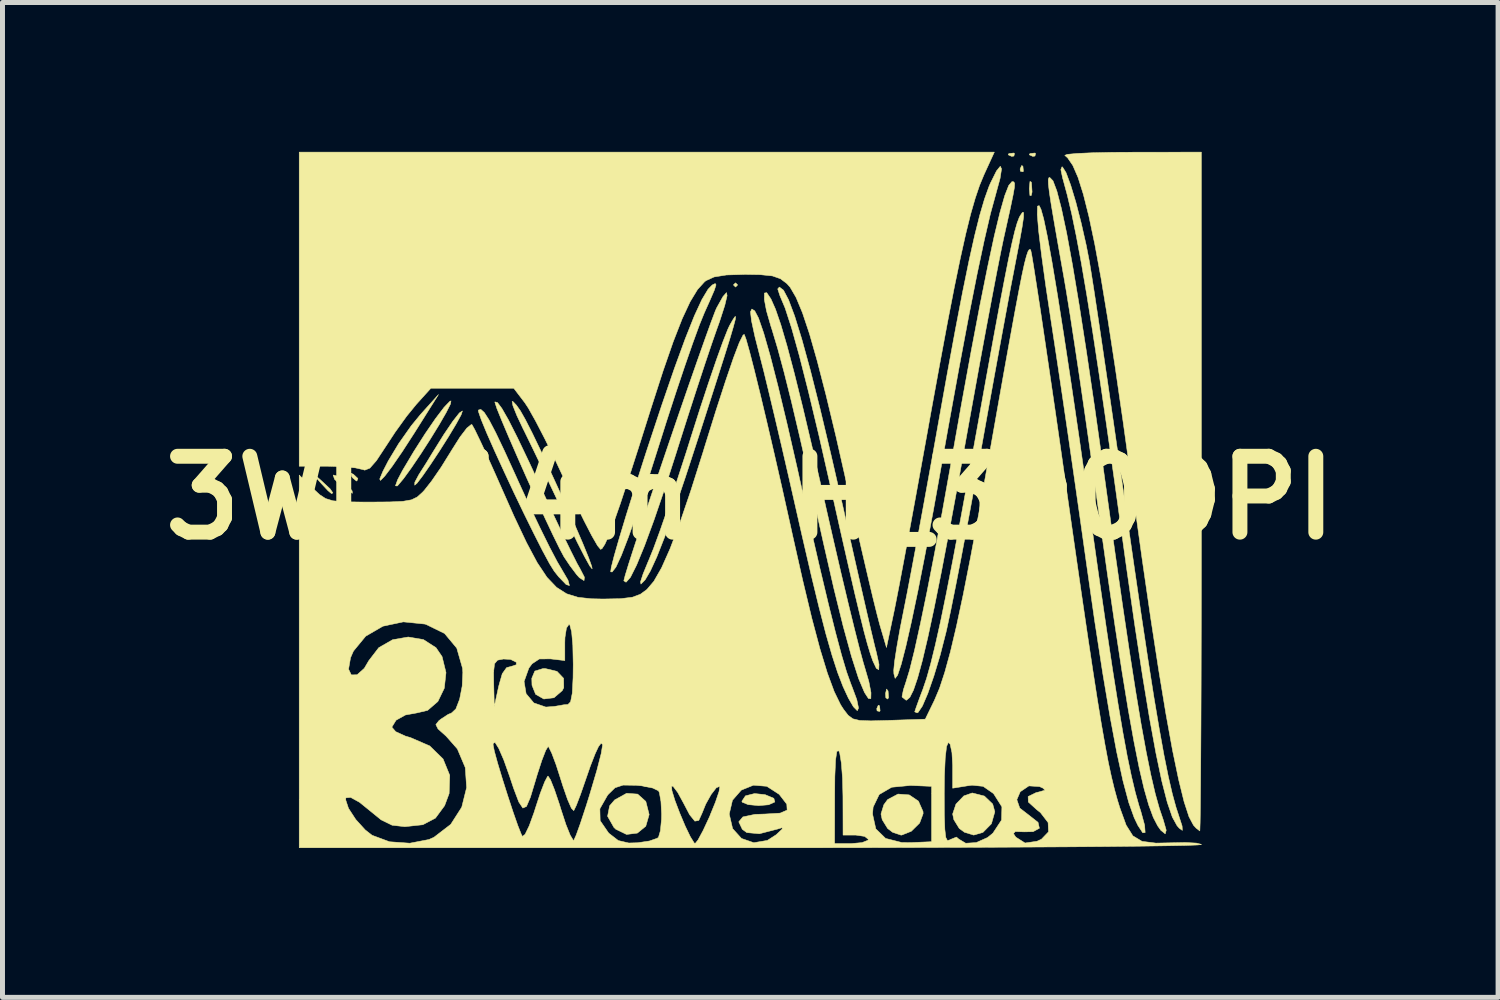
<source format=kicad_pcb>
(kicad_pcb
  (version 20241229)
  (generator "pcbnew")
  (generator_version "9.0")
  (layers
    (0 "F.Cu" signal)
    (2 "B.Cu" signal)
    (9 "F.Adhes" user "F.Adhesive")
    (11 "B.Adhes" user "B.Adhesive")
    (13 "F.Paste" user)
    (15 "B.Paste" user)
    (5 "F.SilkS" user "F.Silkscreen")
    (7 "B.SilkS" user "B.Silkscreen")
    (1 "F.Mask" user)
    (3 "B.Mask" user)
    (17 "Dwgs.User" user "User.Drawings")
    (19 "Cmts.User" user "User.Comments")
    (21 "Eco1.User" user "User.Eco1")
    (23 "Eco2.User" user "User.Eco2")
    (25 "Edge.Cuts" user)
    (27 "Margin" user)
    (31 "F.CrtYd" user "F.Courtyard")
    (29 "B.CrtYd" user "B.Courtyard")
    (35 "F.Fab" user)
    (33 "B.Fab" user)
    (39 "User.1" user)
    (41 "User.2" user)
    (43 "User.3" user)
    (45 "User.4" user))
  (footprint "3WL_14mmH_300DPI"
    (layer "F.Cu")
    (at 12.018 6.948)
    (property "Reference" "3WL_14mmH_300DPI" (at 0 0 0) (layer "F.SilkS") (effects (font (size 1.524 1.524) (thickness 0.3))))
    (attr through_hole)
    (fp_poly (pts (xy -0.254 -4.276) (xy -0.296 -4.233) (xy -0.339 -4.276) (xy -0.296 -4.318) (xy -0.254 -4.276)) (stroke (width 0.01) (type solid)) (fill yes) (layer "F.SilkS"))
    (fp_poly (pts (xy 2.596 4.177) (xy 2.607 4.277) (xy 2.596 4.29) (xy 2.546 4.278) (xy 2.54 4.233) (xy 2.571 4.164) (xy 2.596 4.177)) (stroke (width 0.01) (type solid)) (fill yes) (layer "F.SilkS"))
    (fp_poly (pts (xy 2.767 3.879) (xy 2.777 4.011) (xy 2.76 4.041) (xy 2.722 4.016) (xy 2.716 3.93) (xy 2.737 3.84) (xy 2.767 3.879)) (stroke (width 0.01) (type solid)) (fill yes) (layer "F.SilkS"))
    (fp_poly (pts (xy 5.306 -6.914) (xy 5.294 -6.864) (xy 5.249 -6.858) (xy 5.18 -6.889) (xy 5.193 -6.914) (xy 5.293 -6.925) (xy 5.306 -6.914)) (stroke (width 0.01) (type solid)) (fill yes) (layer "F.SilkS"))
    (fp_poly (pts (xy 5.475 -6.66) (xy 5.485 -6.56) (xy 5.475 -6.548) (xy 5.425 -6.559) (xy 5.419 -6.604) (xy 5.45 -6.674) (xy 5.475 -6.66)) (stroke (width 0.01) (type solid)) (fill yes) (layer "F.SilkS"))
    (fp_poly (pts (xy 5.729 -6.914) (xy 5.717 -6.864) (xy 5.673 -6.858) (xy 5.603 -6.889) (xy 5.616 -6.914) (xy 5.717 -6.925) (xy 5.729 -6.914)) (stroke (width 0.01) (type solid)) (fill yes) (layer "F.SilkS"))
    (fp_poly (pts (xy -7.972 -0.474) (xy -7.881 -0.389) (xy -7.9 -0.339) (xy -7.911 -0.339) (xy -7.983 -0.399) (xy -8.009 -0.436) (xy -8.019 -0.494) (xy -7.972 -0.474)) (stroke (width 0.01) (type solid)) (fill yes) (layer "F.SilkS"))
    (fp_poly (pts (xy -8.615 -0.345) (xy -8.438 -0.18) (xy -8.383 -0.099) (xy -8.41 -0.085) (xy -8.478 -0.141) (xy -8.61 -0.282) (xy -8.642 -0.318) (xy -8.848 -0.55) (xy -8.615 -0.345)) (stroke (width 0.01) (type solid)) (fill yes) (layer "F.SilkS"))
    (fp_poly (pts (xy 5.642 -6.342) (xy 5.647 -6.327) (xy 5.659 -6.143) (xy 5.644 -6.073) (xy 5.616 -6.07) (xy 5.604 -6.203) (xy 5.605 -6.223) (xy 5.617 -6.354) (xy 5.642 -6.342)) (stroke (width 0.01) (type solid)) (fill yes) (layer "F.SilkS"))
    (fp_poly (pts (xy -8.292 -0.437) (xy -8.151 -0.32) (xy -8.128 -0.296) (xy -7.996 -0.139) (xy -7.991 -0.091) (xy -8.104 -0.154) (xy -8.224 -0.247) (xy -8.35 -0.374) (xy -8.377 -0.457) (xy -8.375 -0.458) (xy -8.292 -0.437)) (stroke (width 0.01) (type solid)) (fill yes) (layer "F.SilkS"))
    (fp_poly (pts (xy 0.297 5.961) (xy 0.473 6.034) (xy 0.493 6.108) (xy 0.369 6.164) (xy 0.169 6.181) (xy -0.043 6.161) (xy -0.161 6.113) (xy -0.169 6.093) (xy -0.097 5.985) (xy 0.086 5.939) (xy 0.297 5.961)) (stroke (width 0.01) (type solid)) (fill yes) (layer "F.SilkS"))
    (fp_poly (pts (xy -6.741 -1.312) (xy -6.99 -0.927) (xy -7.192 -0.633) (xy -7.341 -0.437) (xy -7.427 -0.349) (xy -7.442 -0.378) (xy -7.378 -0.532) (xy -7.27 -0.742) (xy -7.06 -1.091) (xy -6.809 -1.447) (xy -6.623 -1.674) (xy -6.262 -2.074) (xy -6.741 -1.312)) (stroke (width 0.01) (type solid)) (fill yes) (layer "F.SilkS"))
    (fp_poly (pts (xy -3.882 3.485) (xy -3.749 3.625) (xy -3.746 3.812) (xy -3.777 3.873) (xy -3.943 4.015) (xy -4.146 4.04) (xy -4.311 3.946) (xy -4.384 3.764) (xy -4.388 3.624) (xy -4.327 3.479) (xy -4.167 3.43) (xy -4.116 3.429) (xy -3.882 3.485)) (stroke (width 0.01) (type solid)) (fill yes) (layer "F.SilkS"))
    (fp_poly (pts (xy -2.262 5.95) (xy -2.098 6.097) (xy -2.032 6.357) (xy -2.032 6.364) (xy -2.099 6.595) (xy -2.268 6.733) (xy -2.485 6.76) (xy -2.7 6.656) (xy -2.739 6.619) (xy -2.866 6.395) (xy -2.825 6.185) (xy -2.724 6.067) (xy -2.484 5.934) (xy -2.262 5.95)) (stroke (width 0.01) (type solid)) (fill yes) (layer "F.SilkS"))
    (fp_poly (pts (xy 4.701 5.989) (xy 4.868 6.149) (xy 4.911 6.305) (xy 4.843 6.545) (xy 4.672 6.719) (xy 4.487 6.773) (xy 4.301 6.716) (xy 4.197 6.64) (xy 4.088 6.463) (xy 4.064 6.35) (xy 4.131 6.15) (xy 4.289 5.986) (xy 4.457 5.927) (xy 4.701 5.989)) (stroke (width 0.01) (type solid)) (fill yes) (layer "F.SilkS"))
    (fp_poly (pts (xy 3.192 5.966) (xy 3.377 6.091) (xy 3.469 6.3) (xy 3.471 6.343) (xy 3.401 6.531) (xy 3.234 6.696) (xy 3.04 6.773) (xy 3.026 6.773) (xy 2.859 6.717) (xy 2.758 6.64) (xy 2.649 6.463) (xy 2.625 6.35) (xy 2.682 6.164) (xy 2.758 6.06) (xy 2.967 5.949) (xy 3.192 5.966)) (stroke (width 0.01) (type solid)) (fill yes) (layer "F.SilkS"))
    (fp_poly (pts (xy -5.808 -1.665) (xy -5.909 -1.481) (xy -6.059 -1.231) (xy -6.236 -0.951) (xy -6.416 -0.678) (xy -6.576 -0.447) (xy -6.693 -0.294) (xy -6.739 -0.254) (xy -6.737 -0.314) (xy -6.659 -0.46) (xy -6.656 -0.466) (xy -6.506 -0.702) (xy -6.379 -0.91) (xy -6.157 -1.267) (xy -5.973 -1.539) (xy -5.842 -1.705) (xy -5.781 -1.745) (xy -5.808 -1.665)) (stroke (width 0.01) (type solid)) (fill yes) (layer "F.SilkS"))
    (fp_poly (pts (xy -6.022 -1.883) (xy -6.108 -1.712) (xy -6.25 -1.466) (xy -6.427 -1.178) (xy -6.619 -0.88) (xy -6.805 -0.605) (xy -6.965 -0.384) (xy -7.078 -0.25) (xy -7.091 -0.238) (xy -7.126 -0.242) (xy -7.082 -0.364) (xy -6.984 -0.55) (xy -6.758 -0.93) (xy -6.531 -1.286) (xy -6.322 -1.591) (xy -6.15 -1.817) (xy -6.036 -1.936) (xy -6.011 -1.947) (xy -6.022 -1.883)) (stroke (width 0.01) (type solid)) (fill yes) (layer "F.SilkS"))
    (fp_poly (pts (xy -4.764 -1.931) (xy -4.697 -1.861) (xy -4.616 -1.746) (xy -4.515 -1.567) (xy -4.382 -1.307) (xy -4.208 -0.946) (xy -3.984 -0.466) (xy -3.714 0.122) (xy -3.523 0.546) (xy -3.364 0.915) (xy -3.247 1.202) (xy -3.183 1.38) (xy -3.176 1.426) (xy -3.224 1.368) (xy -3.327 1.182) (xy -3.474 0.894) (xy -3.649 0.53) (xy -3.723 0.373) (xy -3.941 -0.094) (xy -4.168 -0.573) (xy -4.379 -1.012) (xy -4.546 -1.355) (xy -4.557 -1.375) (xy -4.688 -1.653) (xy -4.767 -1.85) (xy -4.783 -1.937) (xy -4.764 -1.931)) (stroke (width 0.01) (type solid)) (fill yes) (layer "F.SilkS"))
    (fp_poly (pts (xy -5.343 -1.715) (xy -5.247 -1.566) (xy -5.114 -1.312) (xy -4.935 -0.937) (xy -4.701 -0.424) (xy -4.654 -0.32) (xy -4.436 0.156) (xy -4.222 0.604) (xy -4.031 0.991) (xy -3.878 1.282) (xy -3.798 1.418) (xy -3.661 1.653) (xy -3.632 1.762) (xy -3.698 1.741) (xy -3.848 1.586) (xy -3.937 1.474) (xy -4.031 1.323) (xy -4.172 1.062) (xy -4.347 0.717) (xy -4.545 0.316) (xy -4.751 -0.113) (xy -4.952 -0.544) (xy -5.137 -0.948) (xy -5.292 -1.299) (xy -5.403 -1.569) (xy -5.459 -1.731) (xy -5.461 -1.763) (xy -5.412 -1.776) (xy -5.343 -1.715)) (stroke (width 0.01) (type solid)) (fill yes) (layer "F.SilkS"))
    (fp_poly (pts (xy -5.077 -1.913) (xy -4.989 -1.796) (xy -4.857 -1.565) (xy -4.677 -1.209) (xy -4.442 -0.717) (xy -4.182 -0.156) (xy -3.969 0.304) (xy -3.772 0.722) (xy -3.603 1.07) (xy -3.479 1.317) (xy -3.418 1.425) (xy -3.331 1.594) (xy -3.339 1.662) (xy -3.43 1.605) (xy -3.484 1.546) (xy -3.624 1.359) (xy -3.742 1.183) (xy -3.828 1.022) (xy -3.96 0.753) (xy -4.125 0.404) (xy -4.309 0.002) (xy -4.501 -0.423) (xy -4.687 -0.844) (xy -4.856 -1.232) (xy -4.994 -1.559) (xy -5.09 -1.797) (xy -5.129 -1.918) (xy -5.129 -1.927) (xy -5.077 -1.913)) (stroke (width 0.01) (type solid)) (fill yes) (layer "F.SilkS"))
    (fp_poly (pts (xy -0.688 -4.277) (xy -0.723 -4.168) (xy -0.817 -3.951) (xy -0.923 -3.715) (xy -1.02 -3.477) (xy -1.155 -3.108) (xy -1.318 -2.639) (xy -1.498 -2.102) (xy -1.685 -1.528) (xy -1.779 -1.23) (xy -2.042 -0.403) (xy -2.264 0.267) (xy -2.446 0.785) (xy -2.59 1.157) (xy -2.698 1.39) (xy -2.774 1.488) (xy -2.804 1.486) (xy -2.792 1.395) (xy -2.733 1.164) (xy -2.632 0.813) (xy -2.496 0.362) (xy -2.33 -0.168) (xy -2.142 -0.758) (xy -2.078 -0.955) (xy -1.78 -1.855) (xy -1.524 -2.599) (xy -1.306 -3.196) (xy -1.123 -3.655) (xy -0.971 -3.983) (xy -0.847 -4.19) (xy -0.764 -4.275) (xy -0.704 -4.304) (xy -0.688 -4.277)) (stroke (width 0.01) (type solid)) (fill yes) (layer "F.SilkS"))
    (fp_poly (pts (xy -0.302 -3.578) (xy -0.341 -3.431) (xy -0.413 -3.187) (xy -0.524 -2.832) (xy -0.677 -2.352) (xy -0.875 -1.734) (xy -1.038 -1.228) (xy -1.305 -0.41) (xy -1.531 0.257) (xy -1.719 0.784) (xy -1.876 1.183) (xy -2.006 1.467) (xy -2.112 1.647) (xy -2.196 1.732) (xy -2.205 1.688) (xy -2.152 1.526) (xy -2.05 1.278) (xy -2.038 1.251) (xy -1.943 1.016) (xy -1.809 0.65) (xy -1.648 0.184) (xy -1.47 -0.351) (xy -1.284 -0.923) (xy -1.191 -1.219) (xy -1.012 -1.782) (xy -0.839 -2.307) (xy -0.682 -2.767) (xy -0.55 -3.134) (xy -0.452 -3.383) (xy -0.415 -3.462) (xy -0.354 -3.569) (xy -0.313 -3.633) (xy -0.294 -3.641) (xy -0.302 -3.578)) (stroke (width 0.01) (type solid)) (fill yes) (layer "F.SilkS"))
    (fp_poly (pts (xy -0.466 -4.06) (xy -0.513 -3.863) (xy -0.618 -3.538) (xy -0.671 -3.391) (xy -0.774 -3.096) (xy -0.915 -2.677) (xy -1.082 -2.169) (xy -1.263 -1.609) (xy -1.446 -1.034) (xy -1.485 -0.909) (xy -1.72 -0.178) (xy -1.935 0.45) (xy -2.124 0.963) (xy -2.283 1.349) (xy -2.407 1.596) (xy -2.492 1.692) (xy -2.499 1.693) (xy -2.54 1.665) (xy -2.513 1.559) (xy -2.439 1.316) (xy -2.324 0.96) (xy -2.177 0.514) (xy -2.006 0.000073) (xy -1.818 -0.558) (xy -1.622 -1.136) (xy -1.425 -1.712) (xy -1.235 -2.263) (xy -1.06 -2.764) (xy -0.908 -3.194) (xy -0.787 -3.529) (xy -0.705 -3.746) (xy -0.678 -3.81) (xy -0.549 -4.041) (xy -0.478 -4.122) (xy -0.466 -4.06)) (stroke (width 0.01) (type solid)) (fill yes) (layer "F.SilkS"))
    (fp_poly (pts (xy 0.667 -4.17) (xy 0.769 -3.976) (xy 0.892 -3.647) (xy 1.037 -3.178) (xy 1.206 -2.563) (xy 1.399 -1.798) (xy 1.618 -0.878) (xy 1.866 0.203) (xy 1.943 0.55) (xy 2.081 1.164) (xy 2.211 1.737) (xy 2.327 2.245) (xy 2.424 2.662) (xy 2.496 2.964) (xy 2.537 3.125) (xy 2.537 3.127) (xy 2.585 3.345) (xy 2.58 3.451) (xy 2.532 3.425) (xy 2.46 3.273) (xy 2.41 3.128) (xy 2.352 2.936) (xy 2.283 2.68) (xy 2.2 2.344) (xy 2.096 1.91) (xy 1.97 1.363) (xy 1.816 0.686) (xy 1.631 -0.14) (xy 1.615 -0.212) (xy 1.378 -1.255) (xy 1.168 -2.133) (xy 0.986 -2.85) (xy 0.83 -3.409) (xy 0.7 -3.81) (xy 0.596 -4.058) (xy 0.551 -4.195) (xy 0.584 -4.233) (xy 0.667 -4.17)) (stroke (width 0.01) (type solid)) (fill yes) (layer "F.SilkS"))
    (fp_poly (pts (xy 0.415 -3.994) (xy 0.506 -3.789) (xy 0.613 -3.478) (xy 0.738 -3.052) (xy 0.884 -2.502) (xy 1.054 -1.817) (xy 1.25 -0.987) (xy 1.476 -0.002) (xy 1.524 0.214) (xy 1.678 0.887) (xy 1.827 1.531) (xy 1.967 2.12) (xy 2.092 2.631) (xy 2.195 3.037) (xy 2.27 3.313) (xy 2.292 3.385) (xy 2.381 3.69) (xy 2.424 3.913) (xy 2.421 4.033) (xy 2.373 4.03) (xy 2.294 3.909) (xy 2.175 3.628) (xy 2.032 3.183) (xy 1.866 2.579) (xy 1.679 1.822) (xy 1.471 0.914) (xy 1.395 0.574) (xy 1.179 -0.41) (xy 0.989 -1.243) (xy 0.824 -1.942) (xy 0.679 -2.522) (xy 0.55 -2.999) (xy 0.433 -3.389) (xy 0.413 -3.45) (xy 0.325 -3.756) (xy 0.282 -3.984) (xy 0.284 -4.113) (xy 0.33 -4.12) (xy 0.415 -3.994)) (stroke (width 0.01) (type solid)) (fill yes) (layer "F.SilkS"))
    (fp_poly (pts (xy 0.089 -3.755) (xy 0.165 -3.611) (xy 0.27 -3.306) (xy 0.402 -2.845) (xy 0.559 -2.233) (xy 0.741 -1.476) (xy 0.947 -0.578) (xy 0.981 -0.423) (xy 1.206 0.58) (xy 1.401 1.428) (xy 1.569 2.133) (xy 1.712 2.705) (xy 1.833 3.157) (xy 1.935 3.499) (xy 2.022 3.742) (xy 2.04 3.787) (xy 2.139 4.053) (xy 2.174 4.222) (xy 2.149 4.275) (xy 2.071 4.196) (xy 1.97 4.022) (xy 1.862 3.789) (xy 1.754 3.508) (xy 1.641 3.16) (xy 1.517 2.728) (xy 1.379 2.193) (xy 1.22 1.537) (xy 1.036 0.743) (xy 0.925 0.254) (xy 0.779 -0.389) (xy 0.633 -1.023) (xy 0.494 -1.616) (xy 0.37 -2.135) (xy 0.27 -2.547) (xy 0.21 -2.78) (xy 0.092 -3.243) (xy 0.024 -3.557) (xy 0.004 -3.735) (xy 0.031 -3.792) (xy 0.089 -3.755)) (stroke (width 0.01) (type solid)) (fill yes) (layer "F.SilkS"))
    (fp_poly (pts (xy 9.059 -0.127) (xy 9.059 0.931) (xy 9.058 1.938) (xy 9.056 2.883) (xy 9.054 3.752) (xy 9.051 4.533) (xy 9.047 5.213) (xy 9.043 5.78) (xy 9.039 6.221) (xy 9.034 6.523) (xy 9.029 6.674) (xy 9.027 6.689) (xy 8.954 6.633) (xy 8.9 6.574) (xy 8.811 6.406) (xy 8.712 6.103) (xy 8.603 5.661) (xy 8.481 5.076) (xy 8.348 4.343) (xy 8.202 3.459) (xy 8.042 2.418) (xy 7.868 1.218) (xy 7.678 -0.147) (xy 7.664 -0.254) (xy 7.488 -1.523) (xy 7.327 -2.632) (xy 7.18 -3.591) (xy 7.045 -4.407) (xy 6.919 -5.091) (xy 6.801 -5.651) (xy 6.689 -6.096) (xy 6.582 -6.435) (xy 6.477 -6.676) (xy 6.372 -6.829) (xy 6.316 -6.878) (xy 6.365 -6.898) (xy 6.557 -6.916) (xy 6.868 -6.93) (xy 7.272 -6.939) (xy 7.641 -6.941) (xy 9.059 -6.943) (xy 9.059 -0.127)) (stroke (width 0.01) (type solid)) (fill yes) (layer "F.SilkS"))
    (fp_poly (pts (xy 5.046 -6.606) (xy 5.016 -6.413) (xy 4.928 -6.091) (xy 4.926 -6.083) (xy 4.823 -5.707) (xy 4.699 -5.173) (xy 4.552 -4.48) (xy 4.383 -3.626) (xy 4.192 -2.609) (xy 3.977 -1.427) (xy 3.851 -0.72) (xy 3.677 0.251) (xy 3.515 1.113) (xy 3.368 1.861) (xy 3.237 2.486) (xy 3.124 2.983) (xy 3.031 3.343) (xy 2.959 3.56) (xy 2.909 3.626) (xy 2.884 3.535) (xy 2.881 3.461) (xy 2.897 3.293) (xy 2.942 3.001) (xy 3.008 2.627) (xy 3.086 2.234) (xy 3.154 1.891) (xy 3.245 1.413) (xy 3.354 0.831) (xy 3.475 0.174) (xy 3.602 -0.525) (xy 3.73 -1.236) (xy 3.766 -1.439) (xy 3.954 -2.487) (xy 4.119 -3.38) (xy 4.264 -4.133) (xy 4.392 -4.758) (xy 4.506 -5.269) (xy 4.609 -5.679) (xy 4.704 -6.002) (xy 4.793 -6.25) (xy 4.822 -6.318) (xy 4.945 -6.566) (xy 5.021 -6.659) (xy 5.046 -6.606)) (stroke (width 0.01) (type solid)) (fill yes) (layer "F.SilkS"))
    (fp_poly (pts (xy 5.838 -5.795) (xy 5.892 -5.604) (xy 5.966 -5.25) (xy 6.059 -4.737) (xy 6.17 -4.07) (xy 6.299 -3.253) (xy 6.445 -2.291) (xy 6.607 -1.19) (xy 6.784 0.047) (xy 6.861 0.593) (xy 7.017 1.696) (xy 7.155 2.646) (xy 7.277 3.456) (xy 7.386 4.141) (xy 7.483 4.715) (xy 7.571 5.193) (xy 7.654 5.589) (xy 7.732 5.916) (xy 7.809 6.191) (xy 7.842 6.292) (xy 7.919 6.574) (xy 7.93 6.722) (xy 7.882 6.727) (xy 7.785 6.58) (xy 7.71 6.424) (xy 7.601 6.12) (xy 7.484 5.681) (xy 7.358 5.102) (xy 7.222 4.378) (xy 7.075 3.503) (xy 6.916 2.471) (xy 6.745 1.276) (xy 6.731 1.175) (xy 6.621 0.395) (xy 6.502 -0.437) (xy 6.381 -1.276) (xy 6.263 -2.081) (xy 6.154 -2.808) (xy 6.062 -3.415) (xy 6.053 -3.471) (xy 5.936 -4.248) (xy 5.849 -4.879) (xy 5.791 -5.36) (xy 5.764 -5.687) (xy 5.768 -5.858) (xy 5.802 -5.868) (xy 5.838 -5.795)) (stroke (width 0.01) (type solid)) (fill yes) (layer "F.SilkS"))
    (fp_poly (pts (xy 5.292 -6.346) (xy 5.308 -6.316) (xy 5.305 -6.236) (xy 5.277 -6.078) (xy 5.223 -5.818) (xy 5.137 -5.431) (xy 5.087 -5.207) (xy 5.031 -4.938) (xy 4.95 -4.529) (xy 4.85 -4.005) (xy 4.735 -3.394) (xy 4.611 -2.721) (xy 4.483 -2.013) (xy 4.402 -1.567) (xy 4.191 -0.393) (xy 4.003 0.622) (xy 3.838 1.487) (xy 3.693 2.21) (xy 3.566 2.801) (xy 3.456 3.267) (xy 3.36 3.618) (xy 3.277 3.862) (xy 3.204 4.007) (xy 3.139 4.063) (xy 3.129 4.064) (xy 3.05 4.002) (xy 3.048 3.985) (xy 3.076 3.851) (xy 3.125 3.702) (xy 3.2 3.457) (xy 3.299 3.06) (xy 3.416 2.529) (xy 3.551 1.879) (xy 3.698 1.126) (xy 3.855 0.286) (xy 4.018 -0.624) (xy 4.02 -0.635) (xy 4.24 -1.874) (xy 4.437 -2.951) (xy 4.612 -3.87) (xy 4.766 -4.636) (xy 4.899 -5.255) (xy 5.014 -5.73) (xy 5.11 -6.068) (xy 5.19 -6.273) (xy 5.254 -6.349) (xy 5.26 -6.35) (xy 5.292 -6.346)) (stroke (width 0.01) (type solid)) (fill yes) (layer "F.SilkS"))
    (fp_poly (pts (xy 5.489 -5.73) (xy 5.488 -5.636) (xy 5.458 -5.434) (xy 5.398 -5.103) (xy 5.306 -4.626) (xy 5.296 -4.572) (xy 5.227 -4.216) (xy 5.136 -3.724) (xy 5.026 -3.129) (xy 4.904 -2.463) (xy 4.776 -1.756) (xy 4.648 -1.041) (xy 4.613 -0.847) (xy 4.487 -0.146) (xy 4.359 0.544) (xy 4.236 1.195) (xy 4.123 1.777) (xy 4.026 2.26) (xy 3.95 2.616) (xy 3.931 2.699) (xy 3.814 3.156) (xy 3.688 3.575) (xy 3.566 3.926) (xy 3.457 4.18) (xy 3.371 4.308) (xy 3.349 4.318) (xy 3.302 4.297) (xy 3.33 4.213) (xy 3.4 4.019) (xy 3.465 3.848) (xy 3.541 3.624) (xy 3.623 3.332) (xy 3.715 2.958) (xy 3.82 2.489) (xy 3.938 1.914) (xy 4.074 1.219) (xy 4.23 0.392) (xy 4.408 -0.58) (xy 4.564 -1.439) (xy 4.735 -2.39) (xy 4.88 -3.188) (xy 5.002 -3.846) (xy 5.104 -4.379) (xy 5.187 -4.798) (xy 5.256 -5.119) (xy 5.312 -5.355) (xy 5.359 -5.519) (xy 5.399 -5.625) (xy 5.417 -5.66) (xy 5.465 -5.732) (xy 5.489 -5.73)) (stroke (width 0.01) (type solid)) (fill yes) (layer "F.SilkS"))
    (fp_poly (pts (xy 6.079 -6.367) (xy 6.157 -6.161) (xy 6.248 -5.812) (xy 6.353 -5.319) (xy 6.471 -4.676) (xy 6.604 -3.88) (xy 6.752 -2.928) (xy 6.916 -1.816) (xy 7.097 -0.54) (xy 7.154 -0.127) (xy 7.324 1.095) (xy 7.477 2.161) (xy 7.614 3.083) (xy 7.737 3.872) (xy 7.848 4.54) (xy 7.95 5.099) (xy 8.044 5.562) (xy 8.132 5.939) (xy 8.217 6.243) (xy 8.294 6.469) (xy 8.353 6.675) (xy 8.333 6.748) (xy 8.246 6.678) (xy 8.183 6.59) (xy 8.094 6.419) (xy 8.003 6.173) (xy 7.909 5.844) (xy 7.81 5.421) (xy 7.705 4.894) (xy 7.59 4.253) (xy 7.465 3.487) (xy 7.327 2.586) (xy 7.174 1.541) (xy 7.005 0.341) (xy 6.947 -0.085) (xy 6.839 -0.853) (xy 6.729 -1.624) (xy 6.621 -2.368) (xy 6.518 -3.055) (xy 6.426 -3.655) (xy 6.348 -4.139) (xy 6.303 -4.403) (xy 6.19 -5.038) (xy 6.105 -5.526) (xy 6.044 -5.886) (xy 6.006 -6.137) (xy 5.987 -6.298) (xy 5.984 -6.389) (xy 5.996 -6.428) (xy 6.013 -6.435) (xy 6.079 -6.367)) (stroke (width 0.01) (type solid)) (fill yes) (layer "F.SilkS"))
    (fp_poly (pts (xy 6.27 -6.644) (xy 6.341 -6.531) (xy 6.433 -6.284) (xy 6.538 -5.937) (xy 6.645 -5.521) (xy 6.747 -5.071) (xy 6.811 -4.741) (xy 6.848 -4.513) (xy 6.907 -4.137) (xy 6.983 -3.632) (xy 7.074 -3.02) (xy 7.177 -2.319) (xy 7.289 -1.549) (xy 7.407 -0.73) (xy 7.528 0.117) (xy 7.531 0.141) (xy 7.702 1.329) (xy 7.853 2.361) (xy 7.987 3.248) (xy 8.106 4.004) (xy 8.213 4.639) (xy 8.308 5.166) (xy 8.395 5.596) (xy 8.475 5.942) (xy 8.55 6.216) (xy 8.597 6.359) (xy 8.672 6.591) (xy 8.677 6.679) (xy 8.613 6.633) (xy 8.57 6.583) (xy 8.476 6.412) (xy 8.375 6.117) (xy 8.265 5.691) (xy 8.147 5.129) (xy 8.018 4.425) (xy 7.877 3.571) (xy 7.723 2.564) (xy 7.555 1.396) (xy 7.494 0.955) (xy 7.314 -0.34) (xy 7.152 -1.48) (xy 7.007 -2.475) (xy 6.876 -3.337) (xy 6.757 -4.079) (xy 6.649 -4.712) (xy 6.549 -5.248) (xy 6.456 -5.7) (xy 6.367 -6.077) (xy 6.281 -6.394) (xy 6.274 -6.415) (xy 6.237 -6.592) (xy 6.26 -6.648) (xy 6.27 -6.644)) (stroke (width 0.01) (type solid)) (fill yes) (layer "F.SilkS"))
    (fp_poly (pts (xy 4.691 -6.484) (xy 4.604 -6.273) (xy 4.517 -6.016) (xy 4.425 -5.697) (xy 4.327 -5.302) (xy 4.219 -4.816) (xy 4.097 -4.226) (xy 3.959 -3.516) (xy 3.802 -2.672) (xy 3.621 -1.68) (xy 3.563 -1.355) (xy 3.434 -0.643) (xy 3.308 0.051) (xy 3.189 0.699) (xy 3.081 1.276) (xy 2.991 1.754) (xy 2.922 2.108) (xy 2.895 2.244) (xy 2.735 3.006) (xy 2.598 2.54) (xy 2.544 2.334) (xy 2.459 1.99) (xy 2.351 1.534) (xy 2.225 0.993) (xy 2.089 0.394) (xy 1.947 -0.237) (xy 1.943 -0.254) (xy 1.72 -1.238) (xy 1.521 -2.065) (xy 1.345 -2.747) (xy 1.189 -3.294) (xy 1.048 -3.716) (xy 0.92 -4.024) (xy 0.801 -4.228) (xy 0.736 -4.302) (xy 0.606 -4.4) (xy 0.443 -4.457) (xy 0.199 -4.482) (xy -0.102 -4.487) (xy -0.478 -4.476) (xy -0.727 -4.436) (xy -0.889 -4.362) (xy -0.919 -4.339) (xy -1.06 -4.183) (xy -1.207 -3.941) (xy -1.367 -3.599) (xy -1.547 -3.138) (xy -1.753 -2.545) (xy -1.987 -1.82) (xy -2.237 -1.03) (xy -2.443 -0.39) (xy -2.609 0.114) (xy -2.742 0.494) (xy -2.844 0.763) (xy -2.921 0.933) (xy -2.977 1.019) (xy -3.006 1.035) (xy -3.067 0.962) (xy -3.184 0.759) (xy -3.343 0.451) (xy -3.532 0.064) (xy -3.698 -0.292) (xy -3.914 -0.753) (xy -4.124 -1.181) (xy -4.311 -1.542) (xy -4.458 -1.804) (xy -4.528 -1.91) (xy -4.75 -2.201) (xy -6.415 -2.201) (xy -6.705 -1.88) (xy -6.904 -1.636) (xy -7.133 -1.318) (xy -7.322 -1.03) (xy -7.508 -0.748) (xy -7.64 -0.597) (xy -7.742 -0.556) (xy -7.782 -0.568) (xy -7.932 -0.602) (xy -8.194 -0.626) (xy -8.488 -0.635) (xy -9.059 -0.635) (xy -9.059 -6.943) (xy 4.901 -6.943) (xy 4.691 -6.484)) (stroke (width 0.01) (type solid)) (fill yes) (layer "F.SilkS"))
    (fp_poly (pts (xy 5.631 -4.981) (xy 5.65 -4.892) (xy 5.69 -4.651) (xy 5.749 -4.272) (xy 5.826 -3.771) (xy 5.916 -3.162) (xy 6.019 -2.462) (xy 6.133 -1.684) (xy 6.254 -0.844) (xy 6.345 -0.206) (xy 6.507 0.927) (xy 6.648 1.905) (xy 6.771 2.743) (xy 6.878 3.455) (xy 6.971 4.055) (xy 7.053 4.556) (xy 7.126 4.971) (xy 7.191 5.316) (xy 7.253 5.603) (xy 7.312 5.847) (xy 7.371 6.061) (xy 7.421 6.223) (xy 7.548 6.573) (xy 7.683 6.788) (xy 7.868 6.899) (xy 8.146 6.934) (xy 8.443 6.928) (xy 8.741 6.922) (xy 8.96 6.934) (xy 9.058 6.959) (xy 9.06 6.964) (xy 8.977 6.972) (xy 8.735 6.981) (xy 8.347 6.988) (xy 7.822 6.996) (xy 7.171 7.003) (xy 6.406 7.009) (xy 5.537 7.014) (xy 4.576 7.019) (xy 3.533 7.022) (xy 2.419 7.025) (xy 1.246 7.027) (xy 0.023 7.027) (xy 0 7.027) (xy -9.059 7.027) (xy -9.059 6.058) (xy -8.128 6.058) (xy -8.069 6.236) (xy -7.923 6.46) (xy -7.733 6.669) (xy -7.595 6.777) (xy -7.245 6.907) (xy -6.838 6.936) (xy -6.454 6.862) (xy -6.353 6.817) (xy -6.016 6.558) (xy -5.795 6.213) (xy -5.697 5.819) (xy -5.724 5.417) (xy -5.883 5.042) (xy -5.954 4.961) (xy -5.165 4.961) (xy -5.14 5.088) (xy -5.074 5.329) (xy -4.98 5.64) (xy -4.872 5.981) (xy -4.764 6.309) (xy -4.668 6.583) (xy -4.598 6.759) (xy -4.576 6.8) (xy -4.523 6.758) (xy -4.44 6.587) (xy -4.343 6.32) (xy -4.314 6.228) (xy -4.216 5.929) (xy -4.129 5.704) (xy -4.07 5.593) (xy -4.061 5.588) (xy -4.012 5.663) (xy -3.932 5.863) (xy -3.835 6.15) (xy -3.801 6.261) (xy -3.703 6.56) (xy -3.616 6.776) (xy -3.556 6.875) (xy -3.543 6.875) (xy -3.497 6.774) (xy -3.415 6.547) (xy -3.315 6.244) (xy -3.021 6.244) (xy -3.015 6.484) (xy -2.848 6.727) (xy -2.835 6.74) (xy -2.65 6.883) (xy -2.44 6.932) (xy -2.263 6.927) (xy -2.027 6.892) (xy -1.867 6.836) (xy -1.843 6.816) (xy -1.805 6.685) (xy -1.783 6.455) (xy -1.781 6.35) (xy -1.794 6.1) (xy -1.826 5.921) (xy -1.843 5.884) (xy -1.959 5.828) (xy -2.169 5.786) (xy -1.581 5.786) (xy -1.574 5.881) (xy -1.513 6.079) (xy -1.417 6.331) (xy -1.308 6.59) (xy -1.204 6.806) (xy -1.127 6.93) (xy -1.107 6.943) (xy 1.693 6.943) (xy 2.032 6.943) (xy 2.244 6.924) (xy 2.362 6.877) (xy 2.371 6.858) (xy 2.297 6.799) (xy 2.12 6.773) (xy 2.117 6.773) (xy 1.863 6.773) (xy 1.862 6.35) (xy 2.455 6.35) (xy 2.521 6.648) (xy 2.718 6.84) (xy 3.042 6.922) (xy 3.217 6.924) (xy 3.641 6.906) (xy 3.641 5.937) (xy 3.895 5.937) (xy 3.897 6.369) (xy 3.907 6.656) (xy 3.926 6.819) (xy 3.959 6.883) (xy 4.008 6.869) (xy 4.014 6.864) (xy 4.14 6.813) (xy 4.188 6.854) (xy 4.327 6.937) (xy 4.539 6.923) (xy 4.765 6.822) (xy 4.865 6.741) (xy 5.284 6.741) (xy 5.332 6.814) (xy 5.518 6.932) (xy 5.758 6.897) (xy 5.848 6.855) (xy 5.989 6.708) (xy 5.981 6.521) (xy 5.827 6.321) (xy 5.751 6.261) (xy 5.584 6.109) (xy 5.58 5.999) (xy 5.74 5.92) (xy 5.8 5.906) (xy 5.919 5.871) (xy 5.876 5.829) (xy 5.809 5.799) (xy 5.595 5.785) (xy 5.421 5.903) (xy 5.353 6.062) (xy 5.412 6.231) (xy 5.593 6.371) (xy 5.779 6.517) (xy 5.806 6.636) (xy 5.68 6.704) (xy 5.503 6.708) (xy 5.324 6.702) (xy 5.284 6.741) (xy 4.865 6.741) (xy 4.872 6.735) (xy 5.046 6.471) (xy 5.053 6.205) (xy 4.892 5.95) (xy 4.872 5.93) (xy 4.676 5.794) (xy 4.454 5.771) (xy 4.364 5.783) (xy 4.064 5.831) (xy 4.064 5.371) (xy 4.05 5.118) (xy 4.014 4.95) (xy 3.979 4.911) (xy 3.942 4.992) (xy 3.915 5.223) (xy 3.899 5.586) (xy 3.895 5.937) (xy 3.641 5.937) (xy 3.641 5.794) (xy 3.217 5.776) (xy 2.84 5.812) (xy 2.589 5.958) (xy 2.467 6.211) (xy 2.455 6.35) (xy 1.862 6.35) (xy 1.861 5.99) (xy 1.852 5.631) (xy 1.829 5.327) (xy 1.796 5.126) (xy 1.778 5.08) (xy 1.739 5.09) (xy 1.713 5.261) (xy 1.698 5.595) (xy 1.695 5.948) (xy 1.693 6.943) (xy -1.107 6.943) (xy -1.05 6.871) (xy -0.948 6.682) (xy -0.824 6.416) (xy -0.812 6.389) (xy -0.797 6.35) (xy -0.423 6.35) (xy -0.355 6.643) (xy -0.176 6.841) (xy 0.07 6.926) (xy 0.343 6.88) (xy 0.52 6.766) (xy 0.642 6.651) (xy 0.638 6.624) (xy 0.55 6.651) (xy 0.182 6.746) (xy -0.07 6.723) (xy -0.16 6.657) (xy -0.231 6.507) (xy -0.149 6.408) (xy 0.092 6.357) (xy 0.301 6.35) (xy 0.6 6.332) (xy 0.74 6.271) (xy 0.733 6.152) (xy 0.587 5.963) (xy 0.578 5.953) (xy 0.331 5.793) (xy 0.063 5.771) (xy -0.181 5.87) (xy -0.358 6.073) (xy -0.423 6.35) (xy -0.797 6.35) (xy -0.7 6.112) (xy -0.628 5.9) (xy -0.611 5.796) (xy -0.613 5.794) (xy -0.682 5.822) (xy -0.787 5.958) (xy -0.895 6.151) (xy -0.967 6.329) (xy -1.035 6.479) (xy -1.113 6.493) (xy -1.218 6.364) (xy -1.342 6.128) (xy -1.457 5.917) (xy -1.548 5.797) (xy -1.581 5.786) (xy -2.169 5.786) (xy -2.179 5.784) (xy -2.296 5.773) (xy -2.554 5.769) (xy -2.716 5.822) (xy -2.852 5.955) (xy -2.868 5.975) (xy -3.021 6.244) (xy -3.315 6.244) (xy -3.31 6.231) (xy -3.225 5.96) (xy -3.08 5.469) (xy -2.994 5.134) (xy -2.965 4.955) (xy -2.995 4.927) (xy -3.048 4.995) (xy -3.115 5.138) (xy -3.212 5.387) (xy -3.311 5.673) (xy -3.41 5.958) (xy -3.494 6.177) (xy -3.545 6.282) (xy -3.592 6.235) (xy -3.669 6.059) (xy -3.764 5.786) (xy -3.801 5.668) (xy -3.9 5.36) (xy -3.988 5.126) (xy -4.049 5.004) (xy -4.061 4.995) (xy -4.108 5.071) (xy -4.186 5.272) (xy -4.28 5.561) (xy -4.315 5.679) (xy -4.416 6.013) (xy -4.495 6.198) (xy -4.568 6.23) (xy -4.649 6.108) (xy -4.755 5.828) (xy -4.835 5.588) (xy -4.95 5.265) (xy -5.051 5.033) (xy -5.125 4.913) (xy -5.162 4.928) (xy -5.165 4.961) (xy -5.954 4.961) (xy -6.109 4.786) (xy -6.271 4.641) (xy -6.315 4.554) (xy -6.255 4.477) (xy -6.213 4.444) (xy -6.068 4.349) (xy -6 4.321) (xy -5.913 4.24) (xy -5.837 4.043) (xy -5.786 3.781) (xy -5.773 3.508) (xy -5.774 3.494) (xy -5.155 3.494) (xy -5.153 3.723) (xy -5.141 4.191) (xy -5.054 3.789) (xy -5.026 3.688) (xy -4.543 3.688) (xy -4.502 3.934) (xy -4.347 4.119) (xy -4.106 4.202) (xy -3.937 4.189) (xy -3.744 4.156) (xy -3.662 4.15) (xy -3.609 4.096) (xy -3.575 3.924) (xy -3.559 3.613) (xy -3.556 3.344) (xy -3.564 2.965) (xy -3.588 2.692) (xy -3.624 2.553) (xy -3.641 2.54) (xy -3.692 2.615) (xy -3.722 2.805) (xy -3.725 2.904) (xy -3.725 3.268) (xy -4.014 3.234) (xy -4.237 3.236) (xy -4.383 3.333) (xy -4.447 3.42) (xy -4.543 3.688) (xy -5.026 3.688) (xy -4.981 3.532) (xy -4.894 3.41) (xy -4.807 3.387) (xy -4.699 3.352) (xy -4.698 3.303) (xy -4.813 3.245) (xy -4.957 3.237) (xy -5.076 3.26) (xy -5.136 3.331) (xy -5.155 3.494) (xy -5.774 3.494) (xy -5.779 3.422) (xy -5.895 3.018) (xy -6.14 2.724) (xy -6.512 2.542) (xy -6.536 2.535) (xy -6.969 2.491) (xy -7.378 2.578) (xy -7.724 2.779) (xy -7.97 3.078) (xy -8.028 3.211) (xy -8.068 3.441) (xy -8.013 3.556) (xy -7.896 3.553) (xy -7.752 3.424) (xy -7.662 3.271) (xy -7.461 3.009) (xy -7.182 2.849) (xy -6.869 2.795) (xy -6.564 2.847) (xy -6.312 3.009) (xy -6.19 3.188) (xy -6.111 3.509) (xy -6.145 3.823) (xy -6.274 4.09) (xy -6.48 4.268) (xy -6.69 4.318) (xy -6.926 4.361) (xy -7.114 4.466) (xy -7.196 4.6) (xy -7.197 4.607) (xy -7.121 4.696) (xy -6.929 4.784) (xy -6.824 4.815) (xy -6.438 4.982) (xy -6.17 5.244) (xy -6.036 5.572) (xy -6.048 5.938) (xy -6.139 6.182) (xy -6.323 6.432) (xy -6.576 6.565) (xy -6.937 6.604) (xy -7.193 6.575) (xy -7.415 6.466) (xy -7.609 6.308) (xy -7.848 6.114) (xy -8.026 6.016) (xy -8.12 6.024) (xy -8.128 6.058) (xy -9.059 6.058) (xy -9.059 -0.457) (xy -8.78 -0.186) (xy -8.649 -0.064) (xy -8.53 0.014) (xy -8.384 0.059) (xy -8.17 0.079) (xy -7.847 0.084) (xy -7.633 0.085) (xy -7.239 0.082) (xy -6.976 0.07) (xy -6.805 0.04) (xy -6.688 -0.017) (xy -6.586 -0.109) (xy -6.549 -0.148) (xy -6.4 -0.337) (xy -6.208 -0.616) (xy -6.013 -0.93) (xy -5.994 -0.961) (xy -5.829 -1.222) (xy -5.691 -1.402) (xy -5.602 -1.473) (xy -5.589 -1.469) (xy -5.533 -1.369) (xy -5.424 -1.143) (xy -5.275 -0.823) (xy -5.102 -0.437) (xy -5.04 -0.296) (xy -4.744 0.371) (xy -4.495 0.897) (xy -4.28 1.3) (xy -4.084 1.595) (xy -3.891 1.798) (xy -3.688 1.927) (xy -3.459 1.998) (xy -3.19 2.027) (xy -2.957 2.032) (xy -2.603 2.025) (xy -2.369 1.996) (xy -2.207 1.936) (xy -2.077 1.841) (xy -1.936 1.675) (xy -1.782 1.406) (xy -1.611 1.022) (xy -1.417 0.51) (xy -1.195 -0.142) (xy -0.94 -0.946) (xy -0.925 -0.997) (xy -0.691 -1.747) (xy -0.494 -2.353) (xy -0.337 -2.812) (xy -0.22 -3.119) (xy -0.145 -3.269) (xy -0.121 -3.282) (xy -0.084 -3.182) (xy -0.015 -2.937) (xy 0.081 -2.564) (xy 0.199 -2.084) (xy 0.334 -1.517) (xy 0.482 -0.882) (xy 0.638 -0.198) (xy 0.797 0.516) (xy 0.847 0.744) (xy 1.053 1.658) (xy 1.235 2.417) (xy 1.399 3.033) (xy 1.548 3.52) (xy 1.685 3.891) (xy 1.814 4.156) (xy 1.874 4.249) (xy 1.965 4.367) (xy 2.058 4.437) (xy 2.197 4.471) (xy 2.421 4.479) (xy 2.772 4.47) (xy 2.781 4.469) (xy 3.514 4.445) (xy 3.699 4.064) (xy 3.801 3.823) (xy 3.906 3.503) (xy 4.019 3.092) (xy 4.141 2.576) (xy 4.276 1.944) (xy 4.426 1.183) (xy 4.595 0.279) (xy 4.782 -0.762) (xy 4.952 -1.723) (xy 5.095 -2.529) (xy 5.215 -3.195) (xy 5.313 -3.732) (xy 5.393 -4.154) (xy 5.456 -4.474) (xy 5.506 -4.704) (xy 5.546 -4.857) (xy 5.577 -4.947) (xy 5.602 -4.986) (xy 5.624 -4.986) (xy 5.631 -4.981)) (stroke (width 0.01) (type solid)) (fill yes) (layer "F.SilkS")))
  (gr_rect
    (start -3 -3)
    (end 27.036 16.98)
    (stroke (width 0.1) (type default))
    (fill no)
    (layer "Edge.Cuts")))
</source>
